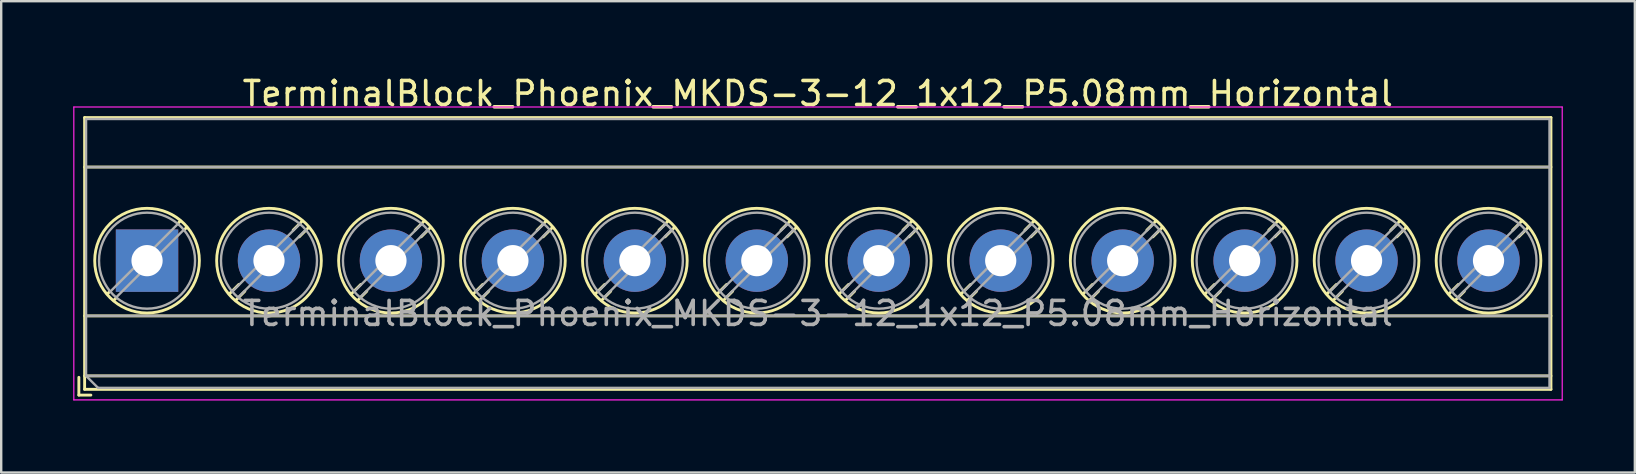
<source format=kicad_pcb>
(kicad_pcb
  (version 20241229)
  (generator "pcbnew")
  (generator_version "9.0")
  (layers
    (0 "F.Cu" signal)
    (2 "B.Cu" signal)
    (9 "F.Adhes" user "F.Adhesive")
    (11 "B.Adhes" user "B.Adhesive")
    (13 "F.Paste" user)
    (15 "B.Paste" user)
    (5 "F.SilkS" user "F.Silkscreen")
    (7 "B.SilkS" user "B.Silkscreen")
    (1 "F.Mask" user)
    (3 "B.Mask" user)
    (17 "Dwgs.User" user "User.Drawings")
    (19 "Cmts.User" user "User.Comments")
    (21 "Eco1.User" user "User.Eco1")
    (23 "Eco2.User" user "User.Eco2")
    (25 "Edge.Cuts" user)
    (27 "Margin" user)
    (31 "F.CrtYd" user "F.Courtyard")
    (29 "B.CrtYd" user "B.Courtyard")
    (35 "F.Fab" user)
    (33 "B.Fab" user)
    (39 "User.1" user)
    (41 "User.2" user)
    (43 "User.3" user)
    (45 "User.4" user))
  (footprint "TerminalBlock_Phoenix_MKDS-3-12_1x12_P5.08mm_Horizontal"
    (layer "F.Cu")
    (at 3.075 7.808)
    (property "Reference" "TerminalBlock_Phoenix_MKDS-3-12_1x12_P5.08mm_Horizontal" (at 27.94 -6.96 0) (layer "F.SilkS") (effects (font (size 1 1) (thickness 0.15))))
    (attr through_hole)
    (fp_line (start -2.84 4.86) (end -2.84 5.6) (stroke (width 0.12) (type solid)) (layer "F.SilkS"))
    (fp_line (start -2.84 5.6) (end -2.34 5.6) (stroke (width 0.12) (type solid)) (layer "F.SilkS"))
    (fp_line (start -2.6 -5.96) (end -2.6 5.36) (stroke (width 0.12) (type solid)) (layer "F.SilkS"))
    (fp_line (start -2.6 -5.96) (end 58.48 -5.96) (stroke (width 0.12) (type solid)) (layer "F.SilkS"))
    (fp_line (start -2.6 -3.9) (end 58.48 -3.9) (stroke (width 0.12) (type solid)) (layer "F.SilkS"))
    (fp_line (start -2.6 2.3) (end 58.48 2.3) (stroke (width 0.12) (type solid)) (layer "F.SilkS"))
    (fp_line (start -2.6 4.8) (end 58.48 4.8) (stroke (width 0.12) (type solid)) (layer "F.SilkS"))
    (fp_line (start -2.6 5.36) (end 58.48 5.36) (stroke (width 0.12) (type solid)) (layer "F.SilkS"))
    (fp_line (start -1.548 1.281) (end -1.654 1.388) (stroke (width 0.12) (type solid)) (layer "F.SilkS"))
    (fp_line (start -1.282 1.547) (end -1.388 1.654) (stroke (width 0.12) (type solid)) (layer "F.SilkS"))
    (fp_line (start 1.388 -1.654) (end 1.281 -1.547) (stroke (width 0.12) (type solid)) (layer "F.SilkS"))
    (fp_line (start 1.654 -1.388) (end 1.547 -1.281) (stroke (width 0.12) (type solid)) (layer "F.SilkS"))
    (fp_line (start 3.822 0.992) (end 3.427 1.388) (stroke (width 0.12) (type solid)) (layer "F.SilkS"))
    (fp_line (start 4.073 1.274) (end 3.693 1.654) (stroke (width 0.12) (type solid)) (layer "F.SilkS"))
    (fp_line (start 6.468 -1.654) (end 6.088 -1.274) (stroke (width 0.12) (type solid)) (layer "F.SilkS"))
    (fp_line (start 6.734 -1.388) (end 6.339 -0.992) (stroke (width 0.12) (type solid)) (layer "F.SilkS"))
    (fp_line (start 8.902 0.992) (end 8.507 1.388) (stroke (width 0.12) (type solid)) (layer "F.SilkS"))
    (fp_line (start 9.153 1.274) (end 8.773 1.654) (stroke (width 0.12) (type solid)) (layer "F.SilkS"))
    (fp_line (start 11.548 -1.654) (end 11.168 -1.274) (stroke (width 0.12) (type solid)) (layer "F.SilkS"))
    (fp_line (start 11.814 -1.388) (end 11.419 -0.992) (stroke (width 0.12) (type solid)) (layer "F.SilkS"))
    (fp_line (start 13.982 0.992) (end 13.587 1.388) (stroke (width 0.12) (type solid)) (layer "F.SilkS"))
    (fp_line (start 14.233 1.274) (end 13.853 1.654) (stroke (width 0.12) (type solid)) (layer "F.SilkS"))
    (fp_line (start 16.628 -1.654) (end 16.248 -1.274) (stroke (width 0.12) (type solid)) (layer "F.SilkS"))
    (fp_line (start 16.894 -1.388) (end 16.499 -0.992) (stroke (width 0.12) (type solid)) (layer "F.SilkS"))
    (fp_line (start 19.062 0.992) (end 18.667 1.388) (stroke (width 0.12) (type solid)) (layer "F.SilkS"))
    (fp_line (start 19.313 1.274) (end 18.933 1.654) (stroke (width 0.12) (type solid)) (layer "F.SilkS"))
    (fp_line (start 21.708 -1.654) (end 21.328 -1.274) (stroke (width 0.12) (type solid)) (layer "F.SilkS"))
    (fp_line (start 21.974 -1.388) (end 21.579 -0.992) (stroke (width 0.12) (type solid)) (layer "F.SilkS"))
    (fp_line (start 24.142 0.992) (end 23.747 1.388) (stroke (width 0.12) (type solid)) (layer "F.SilkS"))
    (fp_line (start 24.393 1.274) (end 24.013 1.654) (stroke (width 0.12) (type solid)) (layer "F.SilkS"))
    (fp_line (start 26.788 -1.654) (end 26.408 -1.274) (stroke (width 0.12) (type solid)) (layer "F.SilkS"))
    (fp_line (start 27.054 -1.388) (end 26.659 -0.992) (stroke (width 0.12) (type solid)) (layer "F.SilkS"))
    (fp_line (start 29.222 0.992) (end 28.827 1.388) (stroke (width 0.12) (type solid)) (layer "F.SilkS"))
    (fp_line (start 29.473 1.274) (end 29.093 1.654) (stroke (width 0.12) (type solid)) (layer "F.SilkS"))
    (fp_line (start 31.868 -1.654) (end 31.488 -1.274) (stroke (width 0.12) (type solid)) (layer "F.SilkS"))
    (fp_line (start 32.134 -1.388) (end 31.739 -0.992) (stroke (width 0.12) (type solid)) (layer "F.SilkS"))
    (fp_line (start 34.302 0.992) (end 33.907 1.388) (stroke (width 0.12) (type solid)) (layer "F.SilkS"))
    (fp_line (start 34.553 1.274) (end 34.173 1.654) (stroke (width 0.12) (type solid)) (layer "F.SilkS"))
    (fp_line (start 36.948 -1.654) (end 36.568 -1.274) (stroke (width 0.12) (type solid)) (layer "F.SilkS"))
    (fp_line (start 37.214 -1.388) (end 36.819 -0.992) (stroke (width 0.12) (type solid)) (layer "F.SilkS"))
    (fp_line (start 39.382 0.992) (end 38.987 1.388) (stroke (width 0.12) (type solid)) (layer "F.SilkS"))
    (fp_line (start 39.633 1.274) (end 39.253 1.654) (stroke (width 0.12) (type solid)) (layer "F.SilkS"))
    (fp_line (start 42.028 -1.654) (end 41.648 -1.274) (stroke (width 0.12) (type solid)) (layer "F.SilkS"))
    (fp_line (start 42.294 -1.388) (end 41.899 -0.992) (stroke (width 0.12) (type solid)) (layer "F.SilkS"))
    (fp_line (start 44.462 0.992) (end 44.067 1.388) (stroke (width 0.12) (type solid)) (layer "F.SilkS"))
    (fp_line (start 44.713 1.274) (end 44.333 1.654) (stroke (width 0.12) (type solid)) (layer "F.SilkS"))
    (fp_line (start 47.108 -1.654) (end 46.728 -1.274) (stroke (width 0.12) (type solid)) (layer "F.SilkS"))
    (fp_line (start 47.374 -1.388) (end 46.979 -0.992) (stroke (width 0.12) (type solid)) (layer "F.SilkS"))
    (fp_line (start 49.542 0.992) (end 49.147 1.388) (stroke (width 0.12) (type solid)) (layer "F.SilkS"))
    (fp_line (start 49.793 1.274) (end 49.413 1.654) (stroke (width 0.12) (type solid)) (layer "F.SilkS"))
    (fp_line (start 52.188 -1.654) (end 51.808 -1.274) (stroke (width 0.12) (type solid)) (layer "F.SilkS"))
    (fp_line (start 52.454 -1.388) (end 52.059 -0.992) (stroke (width 0.12) (type solid)) (layer "F.SilkS"))
    (fp_line (start 54.622 0.992) (end 54.227 1.388) (stroke (width 0.12) (type solid)) (layer "F.SilkS"))
    (fp_line (start 54.873 1.274) (end 54.493 1.654) (stroke (width 0.12) (type solid)) (layer "F.SilkS"))
    (fp_line (start 57.268 -1.654) (end 56.888 -1.274) (stroke (width 0.12) (type solid)) (layer "F.SilkS"))
    (fp_line (start 57.534 -1.388) (end 57.139 -0.992) (stroke (width 0.12) (type solid)) (layer "F.SilkS"))
    (fp_line (start 58.48 -5.96) (end 58.48 5.36) (stroke (width 0.12) (type solid)) (layer "F.SilkS"))
    (fp_circle (center 0 0) (end 2.18 0) (stroke (width 0.12) (type solid)) (fill no) (layer "F.SilkS"))
    (fp_circle (center 5.08 0) (end 7.26 0) (stroke (width 0.12) (type solid)) (fill no) (layer "F.SilkS"))
    (fp_circle (center 10.16 0) (end 12.34 0) (stroke (width 0.12) (type solid)) (fill no) (layer "F.SilkS"))
    (fp_circle (center 15.24 0) (end 17.42 0) (stroke (width 0.12) (type solid)) (fill no) (layer "F.SilkS"))
    (fp_circle (center 20.32 0) (end 22.5 0) (stroke (width 0.12) (type solid)) (fill no) (layer "F.SilkS"))
    (fp_circle (center 25.4 0) (end 27.58 0) (stroke (width 0.12) (type solid)) (fill no) (layer "F.SilkS"))
    (fp_circle (center 30.48 0) (end 32.66 0) (stroke (width 0.12) (type solid)) (fill no) (layer "F.SilkS"))
    (fp_circle (center 35.56 0) (end 37.74 0) (stroke (width 0.12) (type solid)) (fill no) (layer "F.SilkS"))
    (fp_circle (center 40.64 0) (end 42.82 0) (stroke (width 0.12) (type solid)) (fill no) (layer "F.SilkS"))
    (fp_circle (center 45.72 0) (end 47.9 0) (stroke (width 0.12) (type solid)) (fill no) (layer "F.SilkS"))
    (fp_circle (center 50.8 0) (end 52.98 0) (stroke (width 0.12) (type solid)) (fill no) (layer "F.SilkS"))
    (fp_circle (center 55.88 0) (end 58.06 0) (stroke (width 0.12) (type solid)) (fill no) (layer "F.SilkS"))
    (fp_line (start -3.05 -6.4) (end -3.05 5.8) (stroke (width 0.05) (type solid)) (layer "F.CrtYd"))
    (fp_line (start -3.05 5.8) (end 58.95 5.8) (stroke (width 0.05) (type solid)) (layer "F.CrtYd"))
    (fp_line (start 58.95 -6.4) (end -3.05 -6.4) (stroke (width 0.05) (type solid)) (layer "F.CrtYd"))
    (fp_line (start 58.95 5.8) (end 58.95 -6.4) (stroke (width 0.05) (type solid)) (layer "F.CrtYd"))
    (fp_line (start -2.54 -5.9) (end 58.42 -5.9) (stroke (width 0.1) (type solid)) (layer "F.Fab"))
    (fp_line (start -2.54 -3.9) (end 58.42 -3.9) (stroke (width 0.1) (type solid)) (layer "F.Fab"))
    (fp_line (start -2.54 2.3) (end 58.42 2.3) (stroke (width 0.1) (type solid)) (layer "F.Fab"))
    (fp_line (start -2.54 4.8) (end -2.54 -5.9) (stroke (width 0.1) (type solid)) (layer "F.Fab"))
    (fp_line (start -2.54 4.8) (end 58.42 4.8) (stroke (width 0.1) (type solid)) (layer "F.Fab"))
    (fp_line (start -2.04 5.3) (end -2.54 4.8) (stroke (width 0.1) (type solid)) (layer "F.Fab"))
    (fp_line (start 1.273 -1.517) (end -1.517 1.273) (stroke (width 0.1) (type solid)) (layer "F.Fab"))
    (fp_line (start 1.517 -1.273) (end -1.273 1.517) (stroke (width 0.1) (type solid)) (layer "F.Fab"))
    (fp_line (start 6.353 -1.517) (end 3.564 1.273) (stroke (width 0.1) (type solid)) (layer "F.Fab"))
    (fp_line (start 6.597 -1.273) (end 3.808 1.517) (stroke (width 0.1) (type solid)) (layer "F.Fab"))
    (fp_line (start 11.433 -1.517) (end 8.644 1.273) (stroke (width 0.1) (type solid)) (layer "F.Fab"))
    (fp_line (start 11.677 -1.273) (end 8.888 1.517) (stroke (width 0.1) (type solid)) (layer "F.Fab"))
    (fp_line (start 16.513 -1.517) (end 13.724 1.273) (stroke (width 0.1) (type solid)) (layer "F.Fab"))
    (fp_line (start 16.757 -1.273) (end 13.968 1.517) (stroke (width 0.1) (type solid)) (layer "F.Fab"))
    (fp_line (start 21.593 -1.517) (end 18.804 1.273) (stroke (width 0.1) (type solid)) (layer "F.Fab"))
    (fp_line (start 21.837 -1.273) (end 19.048 1.517) (stroke (width 0.1) (type solid)) (layer "F.Fab"))
    (fp_line (start 26.673 -1.517) (end 23.884 1.273) (stroke (width 0.1) (type solid)) (layer "F.Fab"))
    (fp_line (start 26.917 -1.273) (end 24.128 1.517) (stroke (width 0.1) (type solid)) (layer "F.Fab"))
    (fp_line (start 31.753 -1.517) (end 28.964 1.273) (stroke (width 0.1) (type solid)) (layer "F.Fab"))
    (fp_line (start 31.997 -1.273) (end 29.208 1.517) (stroke (width 0.1) (type solid)) (layer "F.Fab"))
    (fp_line (start 36.833 -1.517) (end 34.044 1.273) (stroke (width 0.1) (type solid)) (layer "F.Fab"))
    (fp_line (start 37.077 -1.273) (end 34.288 1.517) (stroke (width 0.1) (type solid)) (layer "F.Fab"))
    (fp_line (start 41.913 -1.517) (end 39.124 1.273) (stroke (width 0.1) (type solid)) (layer "F.Fab"))
    (fp_line (start 42.157 -1.273) (end 39.368 1.517) (stroke (width 0.1) (type solid)) (layer "F.Fab"))
    (fp_line (start 46.993 -1.517) (end 44.204 1.273) (stroke (width 0.1) (type solid)) (layer "F.Fab"))
    (fp_line (start 47.237 -1.273) (end 44.448 1.517) (stroke (width 0.1) (type solid)) (layer "F.Fab"))
    (fp_line (start 52.073 -1.517) (end 49.284 1.273) (stroke (width 0.1) (type solid)) (layer "F.Fab"))
    (fp_line (start 52.317 -1.273) (end 49.528 1.517) (stroke (width 0.1) (type solid)) (layer "F.Fab"))
    (fp_line (start 57.153 -1.517) (end 54.364 1.273) (stroke (width 0.1) (type solid)) (layer "F.Fab"))
    (fp_line (start 57.397 -1.273) (end 54.608 1.517) (stroke (width 0.1) (type solid)) (layer "F.Fab"))
    (fp_line (start 58.42 -5.9) (end 58.42 5.3) (stroke (width 0.1) (type solid)) (layer "F.Fab"))
    (fp_line (start 58.42 5.3) (end -2.04 5.3) (stroke (width 0.1) (type solid)) (layer "F.Fab"))
    (fp_circle (center 0 0) (end 2 0) (stroke (width 0.1) (type solid)) (fill no) (layer "F.Fab"))
    (fp_circle (center 5.08 0) (end 7.08 0) (stroke (width 0.1) (type solid)) (fill no) (layer "F.Fab"))
    (fp_circle (center 10.16 0) (end 12.16 0) (stroke (width 0.1) (type solid)) (fill no) (layer "F.Fab"))
    (fp_circle (center 15.24 0) (end 17.24 0) (stroke (width 0.1) (type solid)) (fill no) (layer "F.Fab"))
    (fp_circle (center 20.32 0) (end 22.32 0) (stroke (width 0.1) (type solid)) (fill no) (layer "F.Fab"))
    (fp_circle (center 25.4 0) (end 27.4 0) (stroke (width 0.1) (type solid)) (fill no) (layer "F.Fab"))
    (fp_circle (center 30.48 0) (end 32.48 0) (stroke (width 0.1) (type solid)) (fill no) (layer "F.Fab"))
    (fp_circle (center 35.56 0) (end 37.56 0) (stroke (width 0.1) (type solid)) (fill no) (layer "F.Fab"))
    (fp_circle (center 40.64 0) (end 42.64 0) (stroke (width 0.1) (type solid)) (fill no) (layer "F.Fab"))
    (fp_circle (center 45.72 0) (end 47.72 0) (stroke (width 0.1) (type solid)) (fill no) (layer "F.Fab"))
    (fp_circle (center 50.8 0) (end 52.8 0) (stroke (width 0.1) (type solid)) (fill no) (layer "F.Fab"))
    (fp_circle (center 55.88 0) (end 57.88 0) (stroke (width 0.1) (type solid)) (fill no) (layer "F.Fab"))
    (fp_text user "${REFERENCE}" (at 27.94 2.2 0) (layer "F.Fab") (effects (font (size 1 1) (thickness 0.15))))
    (pad "1" thru_hole rect (at 0 0) (size 2.6 2.6) (drill 1.3) (layers "*.Cu" "*.Mask"))
    (pad "2" thru_hole circle (at 5.08 0) (size 2.6 2.6) (drill 1.3) (layers "*.Cu" "*.Mask"))
    (pad "3" thru_hole circle (at 10.16 0) (size 2.6 2.6) (drill 1.3) (layers "*.Cu" "*.Mask"))
    (pad "4" thru_hole circle (at 15.24 0) (size 2.6 2.6) (drill 1.3) (layers "*.Cu" "*.Mask"))
    (pad "5" thru_hole circle (at 20.32 0) (size 2.6 2.6) (drill 1.3) (layers "*.Cu" "*.Mask"))
    (pad "6" thru_hole circle (at 25.4 0) (size 2.6 2.6) (drill 1.3) (layers "*.Cu" "*.Mask"))
    (pad "7" thru_hole circle (at 30.48 0) (size 2.6 2.6) (drill 1.3) (layers "*.Cu" "*.Mask"))
    (pad "8" thru_hole circle (at 35.56 0) (size 2.6 2.6) (drill 1.3) (layers "*.Cu" "*.Mask"))
    (pad "9" thru_hole circle (at 40.64 0) (size 2.6 2.6) (drill 1.3) (layers "*.Cu" "*.Mask"))
    (pad "10" thru_hole circle (at 45.72 0) (size 2.6 2.6) (drill 1.3) (layers "*.Cu" "*.Mask"))
    (pad "11" thru_hole circle (at 50.8 0) (size 2.6 2.6) (drill 1.3) (layers "*.Cu" "*.Mask"))
    (pad "12" thru_hole circle (at 55.88 0) (size 2.6 2.6) (drill 1.3) (layers "*.Cu" "*.Mask")))
  (gr_rect
    (start -3 -3)
    (end 65.05 16.633)
    (stroke (width 0.1) (type default))
    (fill no)
    (layer "Edge.Cuts")))
</source>
